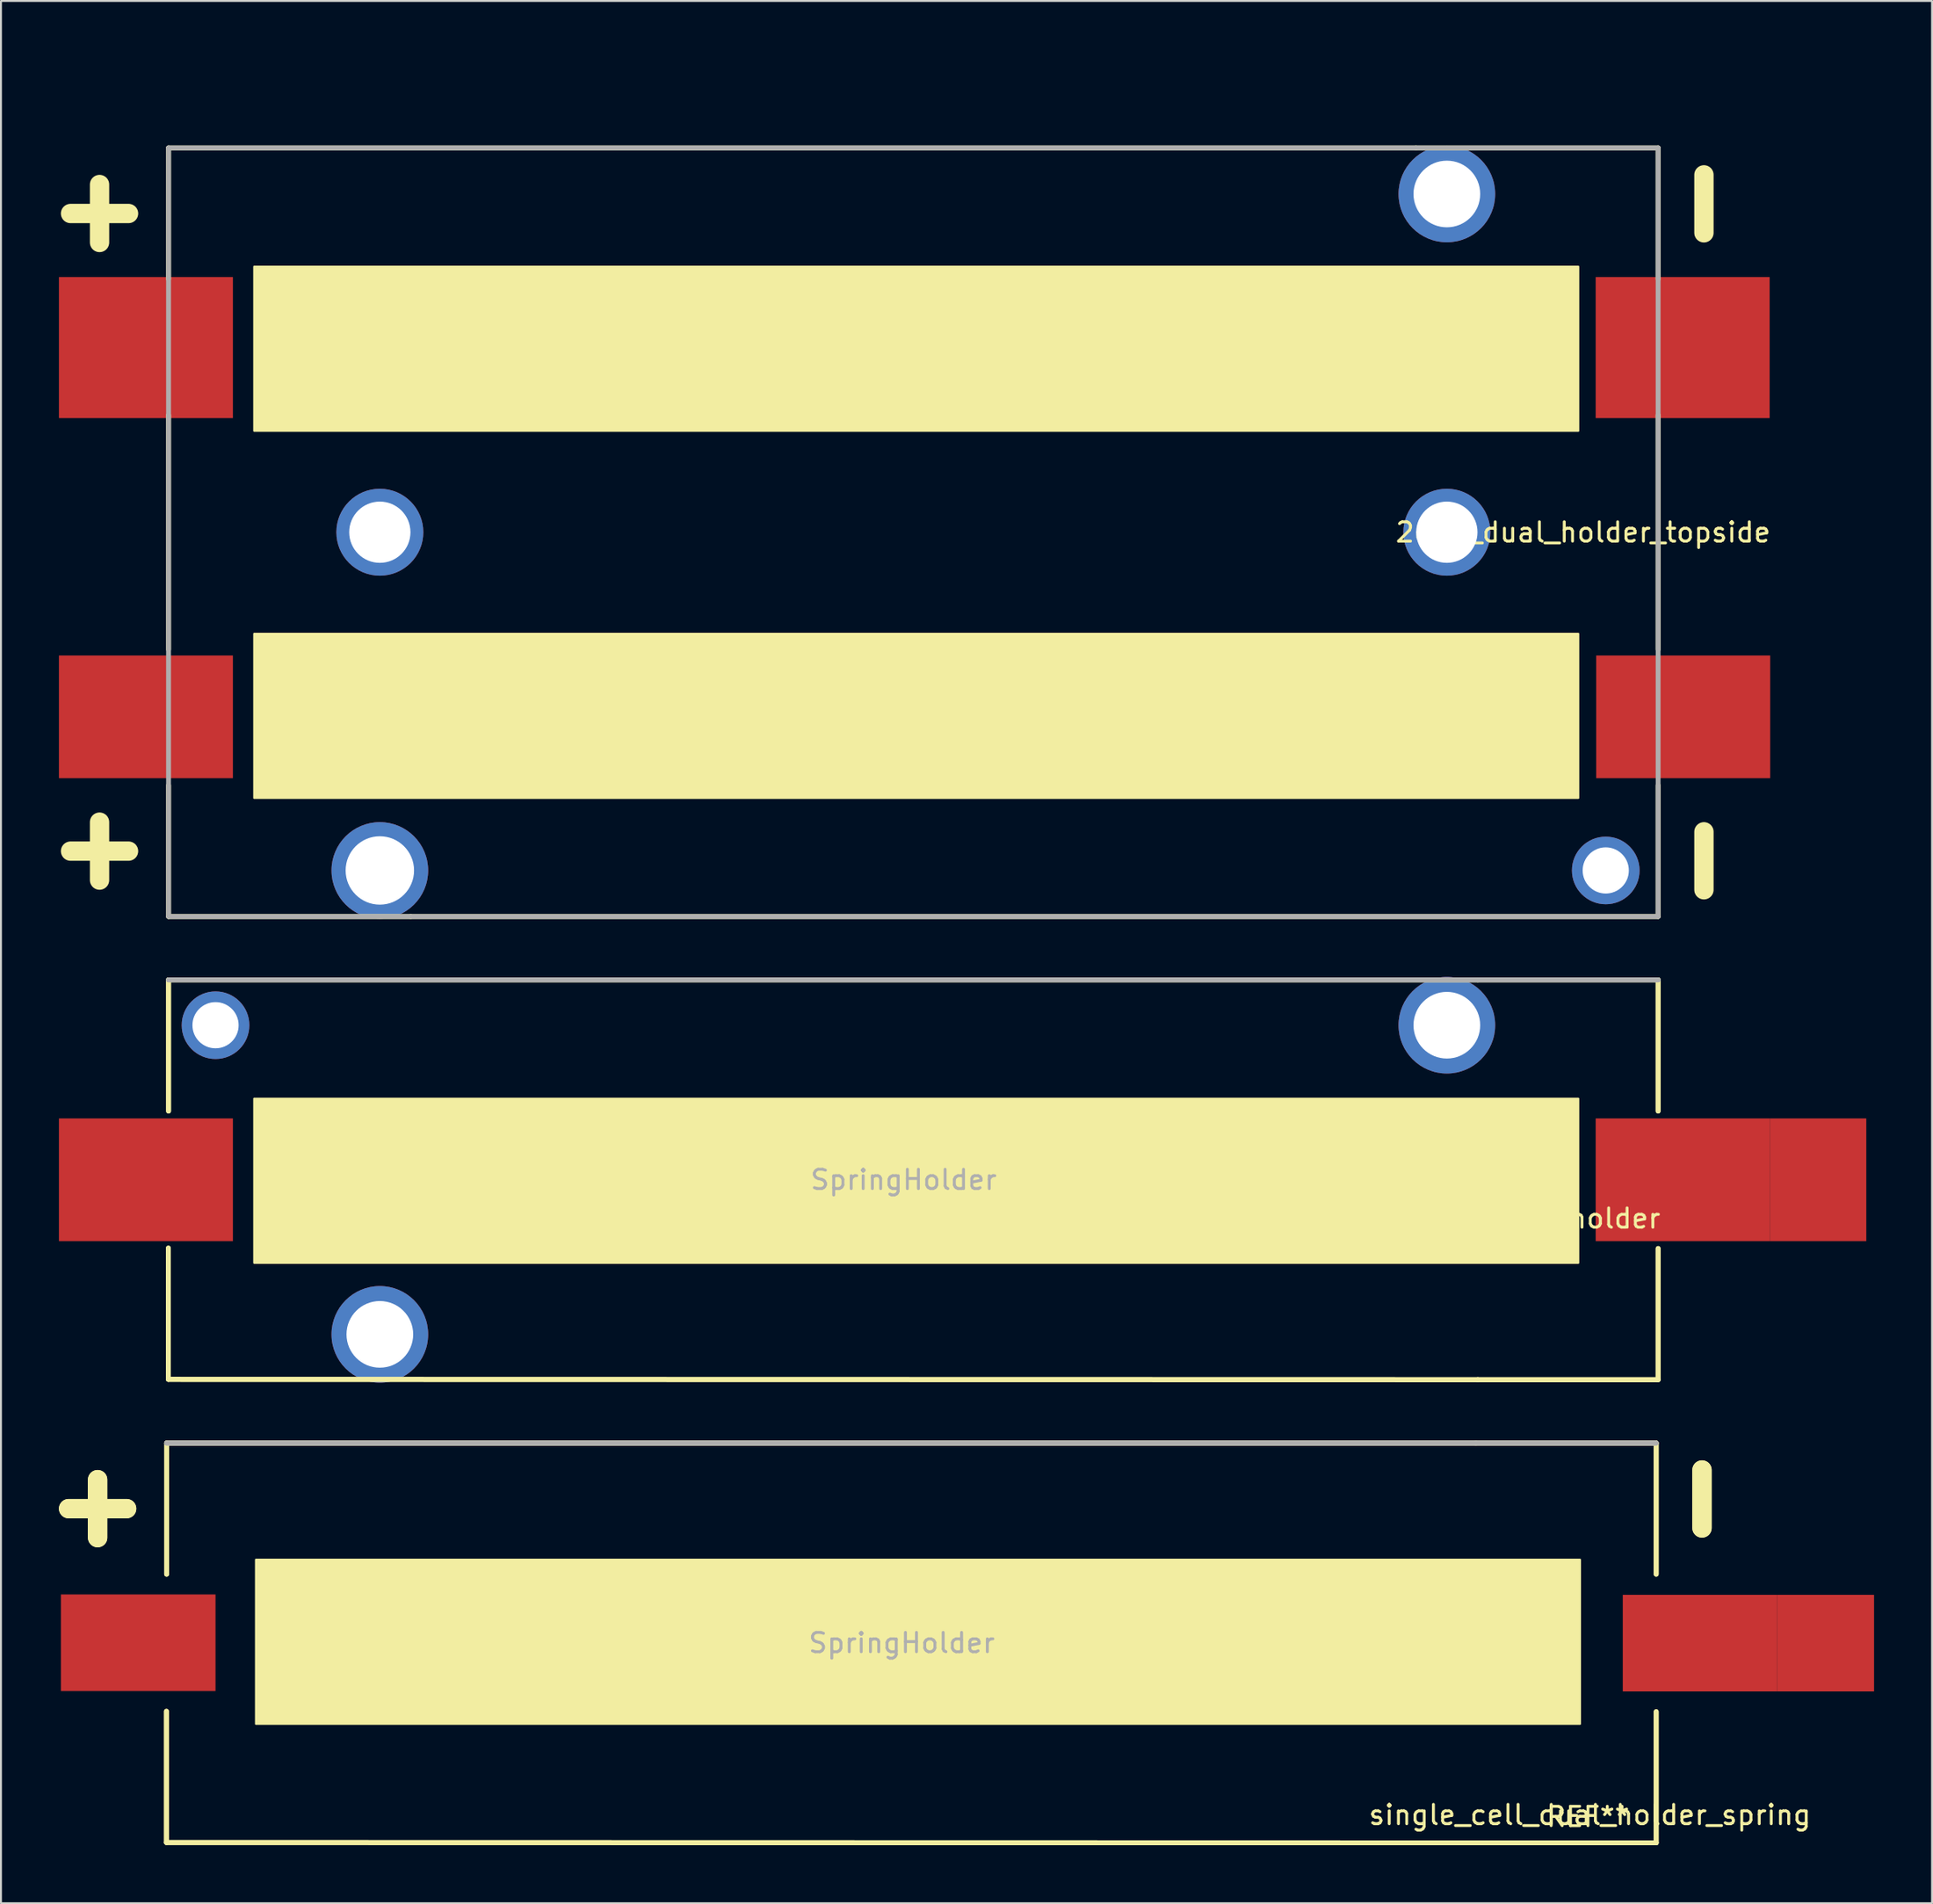
<source format=kicad_pcb>
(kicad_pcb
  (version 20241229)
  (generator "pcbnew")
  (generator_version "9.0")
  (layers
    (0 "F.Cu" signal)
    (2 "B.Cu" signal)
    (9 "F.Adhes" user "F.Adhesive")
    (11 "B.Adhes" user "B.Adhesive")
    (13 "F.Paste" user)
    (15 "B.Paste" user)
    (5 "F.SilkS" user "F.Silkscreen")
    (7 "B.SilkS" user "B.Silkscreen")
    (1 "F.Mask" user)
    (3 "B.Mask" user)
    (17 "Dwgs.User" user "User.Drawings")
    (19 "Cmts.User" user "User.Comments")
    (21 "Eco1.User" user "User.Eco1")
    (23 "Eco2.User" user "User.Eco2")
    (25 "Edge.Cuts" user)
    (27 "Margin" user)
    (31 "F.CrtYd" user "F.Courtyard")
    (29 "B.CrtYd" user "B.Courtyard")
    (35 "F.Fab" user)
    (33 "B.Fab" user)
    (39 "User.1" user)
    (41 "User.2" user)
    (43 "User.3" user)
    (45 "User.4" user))
  (footprint "single_cell_dual_holder"
    (layer "F.Cu")
    (at 44.2 58.01)
    (property "Reference" "single_cell_dual_holder" (at 29.9 2 0) (layer "F.SilkS") (effects (font (size 1 1) (thickness 0.15))))
    (attr through_hole)
    (fp_line (start -38.54 10.325) (end -38.54 3.535) (stroke (width 0.25) (type solid)) (layer "F.SilkS"))
    (fp_line (start -38.54 10.325) (end -38.54 3.535) (stroke (width 0.25) (type solid)) (layer "F.SilkS"))
    (fp_line (start -38.54 10.33) (end 29.2 10.345) (stroke (width 0.25) (type solid)) (layer "F.SilkS"))
    (fp_line (start -38.54 10.33) (end 29.2 10.345) (stroke (width 0.25) (type solid)) (layer "F.SilkS"))
    (fp_line (start -38.53 -10.345) (end -38.53 -3.555) (stroke (width 0.25) (type solid)) (layer "F.SilkS"))
    (fp_line (start -38.53 -10.345) (end -38.53 -3.555) (stroke (width 0.25) (type solid)) (layer "F.SilkS"))
    (fp_line (start -38.53 -10.345) (end 29.2 -10.345) (stroke (width 0.25) (type solid)) (layer "F.SilkS"))
    (fp_line (start -38.53 -10.345) (end 29.2 -10.345) (stroke (width 0.25) (type solid)) (layer "F.SilkS"))
    (fp_line (start 38.53 -10.345) (end 29.2 -10.345) (stroke (width 0.25) (type solid)) (layer "F.SilkS"))
    (fp_line (start 38.53 -10.345) (end 29.2 -10.345) (stroke (width 0.25) (type solid)) (layer "F.SilkS"))
    (fp_line (start 38.53 -10.345) (end 38.53 -3.555) (stroke (width 0.25) (type solid)) (layer "F.SilkS"))
    (fp_line (start 38.53 -10.345) (end 38.53 -3.555) (stroke (width 0.25) (type solid)) (layer "F.SilkS"))
    (fp_line (start 38.53 10.345) (end 29.2 10.345) (stroke (width 0.25) (type solid)) (layer "F.SilkS"))
    (fp_line (start 38.53 10.345) (end 29.2 10.345) (stroke (width 0.25) (type solid)) (layer "F.SilkS"))
    (fp_line (start 38.53 10.345) (end 38.53 3.555) (stroke (width 0.25) (type solid)) (layer "F.SilkS"))
    (fp_line (start 38.53 10.345) (end 38.53 3.555) (stroke (width 0.25) (type solid)) (layer "F.SilkS"))
    (fp_poly (pts (xy -34.1 -4.2) (xy -34.1 4.3) (xy 34.4 4.3) (xy 34.4 -4.2)) (stroke (width 0.1) (type solid)) (fill yes) (layer "F.SilkS"))
    (fp_line (start -38.53 -10.345) (end 38.53 -10.345) (stroke (width 0.25) (type solid)) (layer "F.Fab"))
    (fp_line (start -38.53 -10.345) (end 38.53 -10.345) (stroke (width 0.25) (type solid)) (layer "F.Fab"))
    (fp_text user "REF**" (at 29.3 1.5 0) (layer "F.SilkS") (effects (font (size 1 1) (thickness 0.15))))
    (fp_text user "SpringHolder" (at -0.5 0 0) (layer "F.Fab") (effects (font (size 1 1) (thickness 0.15))))
    (pad "" thru_hole circle (at -36.1 -8) (size 3.5 3.5) (drill 2.39) (layers "*.Cu"))
    (pad "" thru_hole circle (at -27.6 8) (size 5 5) (drill 3.45) (layers "*.Cu"))
    (pad "" thru_hole circle (at 27.6 -8) (size 5 5) (drill 3.45) (layers "*.Cu"))
    (pad "1" smd rect (at -39.7 0 90) (size 6.35 9) (layers "F.Cu" "F.Mask" "F.Paste"))
    (pad "2" smd rect (at 39.8 0 90) (size 6.35 9) (layers "F.Cu" "F.Mask" "F.Paste"))
    (pad "2" smd rect (at 46.8 0 90) (size 6.35 5) (layers "F.Cu" "F.Mask" "F.Paste")))
  (footprint "single_cell_dual_holder_spring"
    (layer "F.Cu")
    (at 44.1 81.98)
    (property "Reference" "single_cell_dual_holder_spring" (at 35.1 8.9 0) (layer "F.SilkS") (effects (font (size 1 1) (thickness 0.15))))
    (attr through_hole)
    (fp_line (start -43.6 -6.95) (end -40.6 -6.95) (stroke (width 1) (type solid)) (layer "F.SilkS"))
    (fp_line (start -43.6 -6.95) (end -40.6 -6.95) (stroke (width 1) (type solid)) (layer "F.SilkS"))
    (fp_line (start -42.1 -8.45) (end -42.1 -5.45) (stroke (width 1) (type solid)) (layer "F.SilkS"))
    (fp_line (start -42.1 -8.45) (end -42.1 -5.45) (stroke (width 1) (type solid)) (layer "F.SilkS"))
    (fp_line (start -38.54 10.325) (end -38.54 3.535) (stroke (width 0.25) (type solid)) (layer "F.SilkS"))
    (fp_line (start -38.54 10.325) (end -38.54 3.535) (stroke (width 0.25) (type solid)) (layer "F.SilkS"))
    (fp_line (start -38.54 10.33) (end 29.2 10.345) (stroke (width 0.25) (type solid)) (layer "F.SilkS"))
    (fp_line (start -38.54 10.33) (end 29.2 10.345) (stroke (width 0.25) (type solid)) (layer "F.SilkS"))
    (fp_line (start -38.53 -10.345) (end -38.53 -3.555) (stroke (width 0.25) (type solid)) (layer "F.SilkS"))
    (fp_line (start -38.53 -10.345) (end -38.53 -3.555) (stroke (width 0.25) (type solid)) (layer "F.SilkS"))
    (fp_line (start -38.53 -10.345) (end 29.2 -10.345) (stroke (width 0.25) (type solid)) (layer "F.SilkS"))
    (fp_line (start -38.53 -10.345) (end 29.2 -10.345) (stroke (width 0.25) (type solid)) (layer "F.SilkS"))
    (fp_line (start 38.53 -10.345) (end 29.2 -10.345) (stroke (width 0.25) (type solid)) (layer "F.SilkS"))
    (fp_line (start 38.53 -10.345) (end 29.2 -10.345) (stroke (width 0.25) (type solid)) (layer "F.SilkS"))
    (fp_line (start 38.53 -10.345) (end 38.53 -3.555) (stroke (width 0.25) (type solid)) (layer "F.SilkS"))
    (fp_line (start 38.53 -10.345) (end 38.53 -3.555) (stroke (width 0.25) (type solid)) (layer "F.SilkS"))
    (fp_line (start 38.53 10.345) (end 29.2 10.345) (stroke (width 0.25) (type solid)) (layer "F.SilkS"))
    (fp_line (start 38.53 10.345) (end 29.2 10.345) (stroke (width 0.25) (type solid)) (layer "F.SilkS"))
    (fp_line (start 38.53 10.345) (end 38.53 3.555) (stroke (width 0.25) (type solid)) (layer "F.SilkS"))
    (fp_line (start 38.53 10.345) (end 38.53 3.555) (stroke (width 0.25) (type solid)) (layer "F.SilkS"))
    (fp_line (start 40.9 -8.95) (end 40.9 -5.95) (stroke (width 1) (type solid)) (layer "F.SilkS"))
    (fp_line (start 40.9 -8.95) (end 40.9 -5.95) (stroke (width 1) (type solid)) (layer "F.SilkS"))
    (fp_poly (pts (xy -33.91 4.19) (xy -33.91 -4.31) (xy 34.59 -4.31) (xy 34.59 4.19)) (stroke (width 0.1) (type solid)) (fill yes) (layer "F.SilkS"))
    (fp_line (start -38.53 -10.345) (end 38.53 -10.345) (stroke (width 0.25) (type solid)) (layer "F.Fab"))
    (fp_line (start -38.53 -10.345) (end 38.53 -10.345) (stroke (width 0.25) (type solid)) (layer "F.Fab"))
    (fp_text user "REF**" (at 35 9 0) (layer "F.SilkS") (effects (font (size 1 1) (thickness 0.15))))
    (fp_text user "SpringHolder" (at -0.5 0 0) (layer "F.Fab") (effects (font (size 1 1) (thickness 0.15))))
    (pad "1" smd rect (at -40 -0.01 90) (size 5 8) (layers "F.Cu" "F.Mask" "F.Paste"))
    (pad "2" smd rect (at 40.8 0.01 90) (size 5 8) (layers "F.Cu" "F.Mask" "F.Paste"))
    (pad "2" smd rect (at 47.3 0.01 90) (size 5 5) (layers "F.Cu" "F.Mask" "F.Paste")))
  (footprint "2cell_dual_holder_topside"
    (layer "F.Cu")
    (at 34.1 0.25)
    (property "Reference" "2cell_dual_holder_topside" (at 44.75 24.25 0) (layer "F.SilkS") (effects (font (size 1 1) (thickness 0.15))))
    (attr through_hole)
    (fp_line (start -33.5 7.75) (end -30.5 7.75) (stroke (width 1) (type solid)) (layer "F.SilkS"))
    (fp_line (start -33.5 40.75) (end -30.5 40.75) (stroke (width 1) (type solid)) (layer "F.SilkS"))
    (fp_line (start -32 6.25) (end -32 9.25) (stroke (width 1) (type solid)) (layer "F.SilkS"))
    (fp_line (start -32 39.25) (end -32 42.25) (stroke (width 1) (type solid)) (layer "F.SilkS"))
    (fp_line (start -28.43 4.355) (end -28.43 11.145) (stroke (width 0.25) (type solid)) (layer "F.SilkS"))
    (fp_line (start -28.43 4.355) (end 36.1 4.355) (stroke (width 0.25) (type solid)) (layer "F.SilkS"))
    (fp_line (start -28.43 18.176) (end -28.43 30.314) (stroke (width 0.25) (type solid)) (layer "F.SilkS"))
    (fp_line (start -28.43 44.135) (end -28.43 37.345) (stroke (width 0.25) (type solid)) (layer "F.SilkS"))
    (fp_line (start -28.43 44.135) (end -15.9 44.135) (stroke (width 0.25) (type solid)) (layer "F.SilkS"))
    (fp_line (start 29 31.8) (end 29.5 31.3) (stroke (width 0.12) (type solid)) (layer "F.SilkS"))
    (fp_line (start 48.63 4.355) (end 36.1 4.355) (stroke (width 0.25) (type solid)) (layer "F.SilkS"))
    (fp_line (start 48.63 4.355) (end 48.63 11.145) (stroke (width 0.25) (type solid)) (layer "F.SilkS"))
    (fp_line (start 48.63 18.176) (end 48.63 30.314) (stroke (width 0.25) (type solid)) (layer "F.SilkS"))
    (fp_line (start 48.63 44.135) (end -15.9 44.135) (stroke (width 0.25) (type solid)) (layer "F.SilkS"))
    (fp_line (start 48.63 44.135) (end 48.63 37.345) (stroke (width 0.25) (type solid)) (layer "F.SilkS"))
    (fp_line (start 51 5.75) (end 51 8.75) (stroke (width 1) (type solid)) (layer "F.SilkS"))
    (fp_line (start 51 39.75) (end 51 42.75) (stroke (width 1) (type solid)) (layer "F.SilkS"))
    (fp_poly (pts (xy -24 19) (xy -24 10.5) (xy 44.5 10.5) (xy 44.5 19)) (stroke (width 0.1) (type solid)) (fill yes) (layer "F.SilkS"))
    (fp_poly (pts (xy -24 29.5) (xy -24 38) (xy 44.5 38) (xy 44.5 29.5)) (stroke (width 0.1) (type solid)) (fill yes) (layer "F.SilkS"))
    (fp_line (start -28.43 4.355) (end 48.63 4.355) (stroke (width 0.25) (type solid)) (layer "F.Fab"))
    (fp_line (start -28.43 44.135) (end -28.43 4.355) (stroke (width 0.25) (type solid)) (layer "F.Fab"))
    (fp_line (start 48.63 4.355) (end 48.63 44.135) (stroke (width 0.25) (type solid)) (layer "F.Fab"))
    (fp_line (start 48.63 44.135) (end -28.43 44.135) (stroke (width 0.25) (type solid)) (layer "F.Fab"))
    (pad "" thru_hole circle (at -17.5 24.245) (size 4.5 4.5) (drill 3.17) (layers "*.Cu" "*.Mask"))
    (pad "" thru_hole circle (at -17.5 41.75) (size 5 5) (drill 3.54) (layers "*.Cu" "*.Mask"))
    (pad "" thru_hole circle (at 37.7 6.74) (size 5 5) (drill 3.45) (layers "*.Cu" "*.Mask"))
    (pad "" thru_hole circle (at 37.7 24.245) (size 4.5 4.5) (drill 3.17) (layers "*.Cu" "*.Mask"))
    (pad "" thru_hole circle (at 45.92 41.75) (size 3.5 3.5) (drill 2.39) (layers "*.Cu" "*.Mask"))
    (pad "1" smd rect (at -29.6 33.8 90) (size 6.35 9) (layers "F.Cu" "F.Mask" "F.Paste"))
    (pad "2" smd rect (at 49.925 33.8 90) (size 6.35 9) (layers "F.Cu" "F.Mask" "F.Paste"))
    (pad "3" smd rect (at -29.6 14.69 90) (size 7.3 9) (layers "F.Cu" "F.Mask" "F.Paste"))
    (pad "4" smd rect (at 49.9 14.69 90) (size 7.3 9) (layers "F.Cu" "F.Mask" "F.Paste")))
  (gr_rect
    (start -3 -3)
    (end 96.9 95.45)
    (stroke (width 0.1) (type default))
    (fill no)
    (layer "Edge.Cuts")))
</source>
